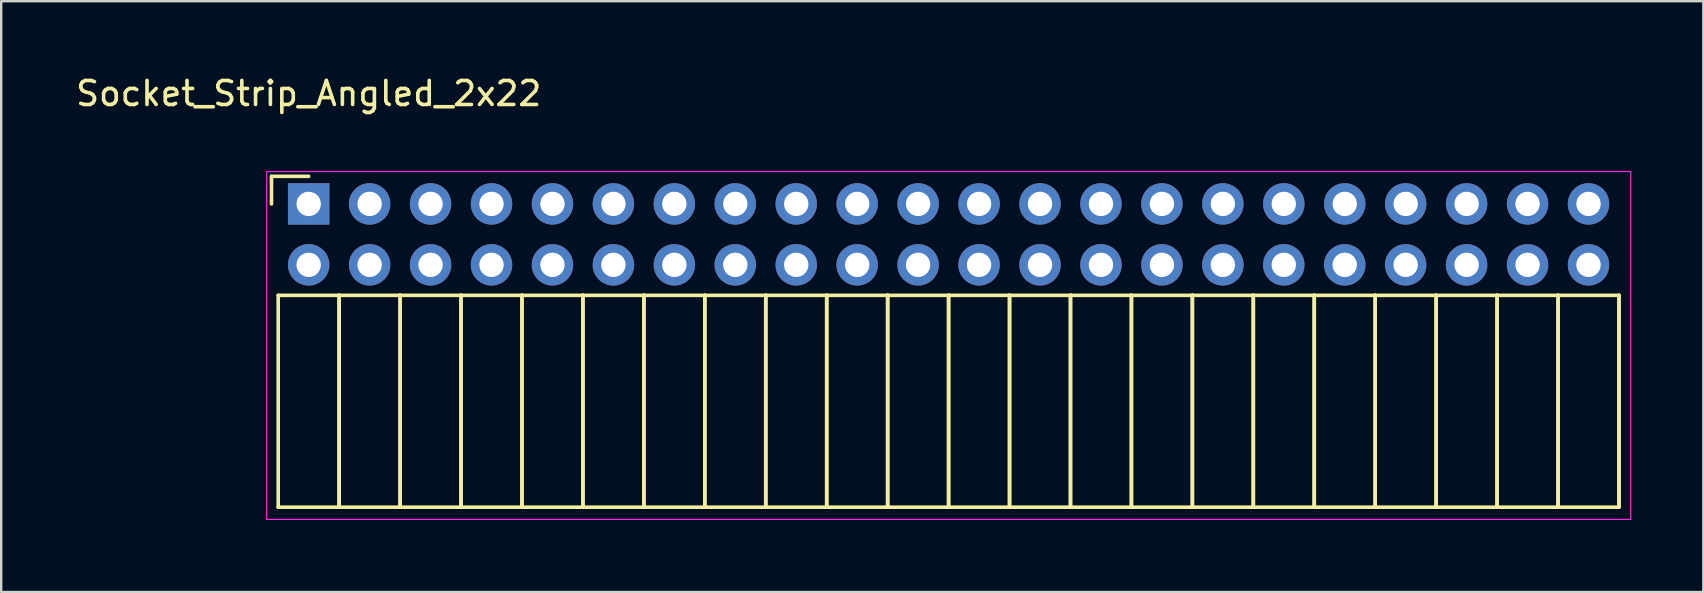
<source format=kicad_pcb>
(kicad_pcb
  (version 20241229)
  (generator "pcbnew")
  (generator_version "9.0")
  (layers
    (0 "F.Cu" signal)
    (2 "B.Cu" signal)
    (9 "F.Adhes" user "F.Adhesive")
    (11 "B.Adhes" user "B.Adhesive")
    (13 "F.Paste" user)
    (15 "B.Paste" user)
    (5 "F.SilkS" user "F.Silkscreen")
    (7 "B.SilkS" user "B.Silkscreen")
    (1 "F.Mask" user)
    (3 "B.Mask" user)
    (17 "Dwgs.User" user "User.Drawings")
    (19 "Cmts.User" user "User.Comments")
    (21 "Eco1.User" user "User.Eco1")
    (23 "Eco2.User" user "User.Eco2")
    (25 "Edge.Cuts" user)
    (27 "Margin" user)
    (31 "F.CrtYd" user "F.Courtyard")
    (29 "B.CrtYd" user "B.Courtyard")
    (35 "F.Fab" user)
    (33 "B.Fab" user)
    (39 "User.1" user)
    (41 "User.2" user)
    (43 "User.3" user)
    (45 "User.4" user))
  (footprint "Socket_Strip_Angled_2x22"
    (layer "F.Cu")
    (at 9.815 5.448)
    (property "Reference" "Socket_Strip_Angled_2x22" (at 0 -4.6 0) (layer "F.SilkS") (effects (font (size 1 1) (thickness 0.15))))
    (attr through_hole)
    (fp_line (start -1.55 -1.15) (end -1.55 0) (stroke (width 0.15) (type solid)) (layer "F.SilkS"))
    (fp_line (start -1.27 3.81) (end -1.27 12.64) (stroke (width 0.15) (type solid)) (layer "F.SilkS"))
    (fp_line (start -1.27 3.81) (end 1.27 3.81) (stroke (width 0.15) (type solid)) (layer "F.SilkS"))
    (fp_line (start -1.27 12.64) (end 1.27 12.64) (stroke (width 0.15) (type solid)) (layer "F.SilkS"))
    (fp_line (start 0 -1.15) (end -1.55 -1.15) (stroke (width 0.15) (type solid)) (layer "F.SilkS"))
    (fp_line (start 1.27 3.81) (end 1.27 12.64) (stroke (width 0.15) (type solid)) (layer "F.SilkS"))
    (fp_line (start 1.27 3.81) (end 3.81 3.81) (stroke (width 0.15) (type solid)) (layer "F.SilkS"))
    (fp_line (start 1.27 12.64) (end 1.27 3.81) (stroke (width 0.15) (type solid)) (layer "F.SilkS"))
    (fp_line (start 1.27 12.64) (end 3.81 12.64) (stroke (width 0.15) (type solid)) (layer "F.SilkS"))
    (fp_line (start 3.81 3.81) (end 3.81 12.64) (stroke (width 0.15) (type solid)) (layer "F.SilkS"))
    (fp_line (start 3.81 3.81) (end 6.35 3.81) (stroke (width 0.15) (type solid)) (layer "F.SilkS"))
    (fp_line (start 3.81 12.64) (end 3.81 3.81) (stroke (width 0.15) (type solid)) (layer "F.SilkS"))
    (fp_line (start 3.81 12.64) (end 6.35 12.64) (stroke (width 0.15) (type solid)) (layer "F.SilkS"))
    (fp_line (start 6.35 3.81) (end 6.35 12.64) (stroke (width 0.15) (type solid)) (layer "F.SilkS"))
    (fp_line (start 6.35 3.81) (end 8.89 3.81) (stroke (width 0.15) (type solid)) (layer "F.SilkS"))
    (fp_line (start 6.35 12.64) (end 6.35 3.81) (stroke (width 0.15) (type solid)) (layer "F.SilkS"))
    (fp_line (start 6.35 12.64) (end 8.89 12.64) (stroke (width 0.15) (type solid)) (layer "F.SilkS"))
    (fp_line (start 8.89 3.81) (end 8.89 12.64) (stroke (width 0.15) (type solid)) (layer "F.SilkS"))
    (fp_line (start 8.89 3.81) (end 11.43 3.81) (stroke (width 0.15) (type solid)) (layer "F.SilkS"))
    (fp_line (start 8.89 12.64) (end 8.89 3.81) (stroke (width 0.15) (type solid)) (layer "F.SilkS"))
    (fp_line (start 8.89 12.64) (end 11.43 12.64) (stroke (width 0.15) (type solid)) (layer "F.SilkS"))
    (fp_line (start 11.43 3.81) (end 11.43 12.64) (stroke (width 0.15) (type solid)) (layer "F.SilkS"))
    (fp_line (start 11.43 3.81) (end 13.97 3.81) (stroke (width 0.15) (type solid)) (layer "F.SilkS"))
    (fp_line (start 11.43 12.64) (end 11.43 3.81) (stroke (width 0.15) (type solid)) (layer "F.SilkS"))
    (fp_line (start 11.43 12.64) (end 13.97 12.64) (stroke (width 0.15) (type solid)) (layer "F.SilkS"))
    (fp_line (start 13.97 3.81) (end 13.97 12.64) (stroke (width 0.15) (type solid)) (layer "F.SilkS"))
    (fp_line (start 13.97 3.81) (end 16.51 3.81) (stroke (width 0.15) (type solid)) (layer "F.SilkS"))
    (fp_line (start 13.97 12.64) (end 13.97 3.81) (stroke (width 0.15) (type solid)) (layer "F.SilkS"))
    (fp_line (start 13.97 12.64) (end 16.51 12.64) (stroke (width 0.15) (type solid)) (layer "F.SilkS"))
    (fp_line (start 16.51 3.81) (end 16.51 12.64) (stroke (width 0.15) (type solid)) (layer "F.SilkS"))
    (fp_line (start 16.51 3.81) (end 19.05 3.81) (stroke (width 0.15) (type solid)) (layer "F.SilkS"))
    (fp_line (start 16.51 12.64) (end 16.51 3.81) (stroke (width 0.15) (type solid)) (layer "F.SilkS"))
    (fp_line (start 16.51 12.64) (end 19.05 12.64) (stroke (width 0.15) (type solid)) (layer "F.SilkS"))
    (fp_line (start 19.05 3.81) (end 19.05 12.64) (stroke (width 0.15) (type solid)) (layer "F.SilkS"))
    (fp_line (start 19.05 3.81) (end 21.59 3.81) (stroke (width 0.15) (type solid)) (layer "F.SilkS"))
    (fp_line (start 19.05 12.64) (end 19.05 3.81) (stroke (width 0.15) (type solid)) (layer "F.SilkS"))
    (fp_line (start 19.05 12.64) (end 21.59 12.64) (stroke (width 0.15) (type solid)) (layer "F.SilkS"))
    (fp_line (start 21.59 3.81) (end 21.59 12.64) (stroke (width 0.15) (type solid)) (layer "F.SilkS"))
    (fp_line (start 21.59 3.81) (end 24.13 3.81) (stroke (width 0.15) (type solid)) (layer "F.SilkS"))
    (fp_line (start 21.59 12.64) (end 21.59 3.81) (stroke (width 0.15) (type solid)) (layer "F.SilkS"))
    (fp_line (start 21.59 12.64) (end 24.13 12.64) (stroke (width 0.15) (type solid)) (layer "F.SilkS"))
    (fp_line (start 24.13 3.81) (end 24.13 12.64) (stroke (width 0.15) (type solid)) (layer "F.SilkS"))
    (fp_line (start 24.13 3.81) (end 26.67 3.81) (stroke (width 0.15) (type solid)) (layer "F.SilkS"))
    (fp_line (start 24.13 12.64) (end 24.13 3.81) (stroke (width 0.15) (type solid)) (layer "F.SilkS"))
    (fp_line (start 24.13 12.64) (end 26.67 12.64) (stroke (width 0.15) (type solid)) (layer "F.SilkS"))
    (fp_line (start 26.67 3.81) (end 26.67 12.64) (stroke (width 0.15) (type solid)) (layer "F.SilkS"))
    (fp_line (start 26.67 3.81) (end 29.21 3.81) (stroke (width 0.15) (type solid)) (layer "F.SilkS"))
    (fp_line (start 26.67 12.64) (end 26.67 3.81) (stroke (width 0.15) (type solid)) (layer "F.SilkS"))
    (fp_line (start 26.67 12.64) (end 29.21 12.64) (stroke (width 0.15) (type solid)) (layer "F.SilkS"))
    (fp_line (start 29.21 3.81) (end 29.21 12.64) (stroke (width 0.15) (type solid)) (layer "F.SilkS"))
    (fp_line (start 29.21 3.81) (end 31.75 3.81) (stroke (width 0.15) (type solid)) (layer "F.SilkS"))
    (fp_line (start 29.21 12.64) (end 29.21 3.81) (stroke (width 0.15) (type solid)) (layer "F.SilkS"))
    (fp_line (start 29.21 12.64) (end 31.75 12.64) (stroke (width 0.15) (type solid)) (layer "F.SilkS"))
    (fp_line (start 31.75 3.81) (end 31.75 12.64) (stroke (width 0.15) (type solid)) (layer "F.SilkS"))
    (fp_line (start 31.75 3.81) (end 34.29 3.81) (stroke (width 0.15) (type solid)) (layer "F.SilkS"))
    (fp_line (start 31.75 12.64) (end 31.75 3.81) (stroke (width 0.15) (type solid)) (layer "F.SilkS"))
    (fp_line (start 31.75 12.64) (end 34.29 12.64) (stroke (width 0.15) (type solid)) (layer "F.SilkS"))
    (fp_line (start 34.29 3.81) (end 34.29 12.64) (stroke (width 0.15) (type solid)) (layer "F.SilkS"))
    (fp_line (start 34.29 3.81) (end 36.83 3.81) (stroke (width 0.15) (type solid)) (layer "F.SilkS"))
    (fp_line (start 34.29 12.64) (end 34.29 3.81) (stroke (width 0.15) (type solid)) (layer "F.SilkS"))
    (fp_line (start 34.29 12.64) (end 36.83 12.64) (stroke (width 0.15) (type solid)) (layer "F.SilkS"))
    (fp_line (start 36.83 3.81) (end 36.83 12.64) (stroke (width 0.15) (type solid)) (layer "F.SilkS"))
    (fp_line (start 36.83 3.81) (end 39.37 3.81) (stroke (width 0.15) (type solid)) (layer "F.SilkS"))
    (fp_line (start 36.83 12.64) (end 36.83 3.81) (stroke (width 0.15) (type solid)) (layer "F.SilkS"))
    (fp_line (start 36.83 12.64) (end 39.37 12.64) (stroke (width 0.15) (type solid)) (layer "F.SilkS"))
    (fp_line (start 39.37 3.81) (end 39.37 12.64) (stroke (width 0.15) (type solid)) (layer "F.SilkS"))
    (fp_line (start 39.37 3.81) (end 41.91 3.81) (stroke (width 0.15) (type solid)) (layer "F.SilkS"))
    (fp_line (start 39.37 12.64) (end 39.37 3.81) (stroke (width 0.15) (type solid)) (layer "F.SilkS"))
    (fp_line (start 39.37 12.64) (end 41.91 12.64) (stroke (width 0.15) (type solid)) (layer "F.SilkS"))
    (fp_line (start 41.91 3.81) (end 41.91 12.64) (stroke (width 0.15) (type solid)) (layer "F.SilkS"))
    (fp_line (start 41.91 3.81) (end 44.45 3.81) (stroke (width 0.15) (type solid)) (layer "F.SilkS"))
    (fp_line (start 41.91 12.64) (end 41.91 3.81) (stroke (width 0.15) (type solid)) (layer "F.SilkS"))
    (fp_line (start 41.91 12.64) (end 44.45 12.64) (stroke (width 0.15) (type solid)) (layer "F.SilkS"))
    (fp_line (start 44.45 3.81) (end 44.45 12.64) (stroke (width 0.15) (type solid)) (layer "F.SilkS"))
    (fp_line (start 44.45 3.81) (end 46.99 3.81) (stroke (width 0.15) (type solid)) (layer "F.SilkS"))
    (fp_line (start 44.45 12.64) (end 44.45 3.81) (stroke (width 0.15) (type solid)) (layer "F.SilkS"))
    (fp_line (start 44.45 12.64) (end 46.99 12.64) (stroke (width 0.15) (type solid)) (layer "F.SilkS"))
    (fp_line (start 46.99 3.81) (end 46.99 12.64) (stroke (width 0.15) (type solid)) (layer "F.SilkS"))
    (fp_line (start 46.99 3.81) (end 49.53 3.81) (stroke (width 0.15) (type solid)) (layer "F.SilkS"))
    (fp_line (start 46.99 12.64) (end 46.99 3.81) (stroke (width 0.15) (type solid)) (layer "F.SilkS"))
    (fp_line (start 46.99 12.64) (end 49.53 12.64) (stroke (width 0.15) (type solid)) (layer "F.SilkS"))
    (fp_line (start 49.53 3.81) (end 49.53 12.64) (stroke (width 0.15) (type solid)) (layer "F.SilkS"))
    (fp_line (start 49.53 3.81) (end 52.07 3.81) (stroke (width 0.15) (type solid)) (layer "F.SilkS"))
    (fp_line (start 49.53 12.64) (end 49.53 3.81) (stroke (width 0.15) (type solid)) (layer "F.SilkS"))
    (fp_line (start 49.53 12.64) (end 52.07 12.64) (stroke (width 0.15) (type solid)) (layer "F.SilkS"))
    (fp_line (start 52.07 3.81) (end 52.07 12.64) (stroke (width 0.15) (type solid)) (layer "F.SilkS"))
    (fp_line (start 52.07 3.81) (end 54.61 3.81) (stroke (width 0.15) (type solid)) (layer "F.SilkS"))
    (fp_line (start 52.07 12.64) (end 52.07 3.81) (stroke (width 0.15) (type solid)) (layer "F.SilkS"))
    (fp_line (start 52.07 12.64) (end 54.61 12.64) (stroke (width 0.15) (type solid)) (layer "F.SilkS"))
    (fp_line (start 54.61 3.81) (end 54.61 12.64) (stroke (width 0.15) (type solid)) (layer "F.SilkS"))
    (fp_line (start 54.61 12.64) (end 54.61 3.81) (stroke (width 0.15) (type solid)) (layer "F.SilkS"))
    (fp_line (start -1.75 -1.35) (end -1.75 13.15) (stroke (width 0.05) (type solid)) (layer "F.CrtYd"))
    (fp_line (start -1.75 -1.35) (end 55.1 -1.35) (stroke (width 0.05) (type solid)) (layer "F.CrtYd"))
    (fp_line (start -1.75 13.15) (end 55.1 13.15) (stroke (width 0.05) (type solid)) (layer "F.CrtYd"))
    (fp_line (start 55.1 -1.35) (end 55.1 13.15) (stroke (width 0.05) (type solid)) (layer "F.CrtYd"))
    (pad "1" thru_hole rect (at 0 0) (size 1.727 1.727) (drill 1.016) (layers "*.Cu" "*.Mask"))
    (pad "2" thru_hole oval (at 0 2.54) (size 1.727 1.727) (drill 1.016) (layers "*.Cu" "*.Mask"))
    (pad "3" thru_hole oval (at 2.54 0) (size 1.727 1.727) (drill 1.016) (layers "*.Cu" "*.Mask"))
    (pad "4" thru_hole oval (at 2.54 2.54) (size 1.727 1.727) (drill 1.016) (layers "*.Cu" "*.Mask"))
    (pad "5" thru_hole oval (at 5.08 0) (size 1.727 1.727) (drill 1.016) (layers "*.Cu" "*.Mask"))
    (pad "6" thru_hole oval (at 5.08 2.54) (size 1.727 1.727) (drill 1.016) (layers "*.Cu" "*.Mask"))
    (pad "7" thru_hole oval (at 7.62 0) (size 1.727 1.727) (drill 1.016) (layers "*.Cu" "*.Mask"))
    (pad "8" thru_hole oval (at 7.62 2.54) (size 1.727 1.727) (drill 1.016) (layers "*.Cu" "*.Mask"))
    (pad "9" thru_hole oval (at 10.16 0) (size 1.727 1.727) (drill 1.016) (layers "*.Cu" "*.Mask"))
    (pad "10" thru_hole oval (at 10.16 2.54) (size 1.727 1.727) (drill 1.016) (layers "*.Cu" "*.Mask"))
    (pad "11" thru_hole oval (at 12.7 0) (size 1.727 1.727) (drill 1.016) (layers "*.Cu" "*.Mask"))
    (pad "12" thru_hole oval (at 12.7 2.54) (size 1.727 1.727) (drill 1.016) (layers "*.Cu" "*.Mask"))
    (pad "13" thru_hole oval (at 15.24 0) (size 1.727 1.727) (drill 1.016) (layers "*.Cu" "*.Mask"))
    (pad "14" thru_hole oval (at 15.24 2.54) (size 1.727 1.727) (drill 1.016) (layers "*.Cu" "*.Mask"))
    (pad "15" thru_hole oval (at 17.78 0) (size 1.727 1.727) (drill 1.016) (layers "*.Cu" "*.Mask"))
    (pad "16" thru_hole oval (at 17.78 2.54) (size 1.727 1.727) (drill 1.016) (layers "*.Cu" "*.Mask"))
    (pad "17" thru_hole oval (at 20.32 0) (size 1.727 1.727) (drill 1.016) (layers "*.Cu" "*.Mask"))
    (pad "18" thru_hole oval (at 20.32 2.54) (size 1.727 1.727) (drill 1.016) (layers "*.Cu" "*.Mask"))
    (pad "19" thru_hole oval (at 22.86 0) (size 1.727 1.727) (drill 1.016) (layers "*.Cu" "*.Mask"))
    (pad "20" thru_hole oval (at 22.86 2.54) (size 1.727 1.727) (drill 1.016) (layers "*.Cu" "*.Mask"))
    (pad "21" thru_hole oval (at 25.4 0) (size 1.727 1.727) (drill 1.016) (layers "*.Cu" "*.Mask"))
    (pad "22" thru_hole oval (at 25.4 2.54) (size 1.727 1.727) (drill 1.016) (layers "*.Cu" "*.Mask"))
    (pad "23" thru_hole oval (at 27.94 0) (size 1.727 1.727) (drill 1.016) (layers "*.Cu" "*.Mask"))
    (pad "24" thru_hole oval (at 27.94 2.54) (size 1.727 1.727) (drill 1.016) (layers "*.Cu" "*.Mask"))
    (pad "25" thru_hole oval (at 30.48 0) (size 1.727 1.727) (drill 1.016) (layers "*.Cu" "*.Mask"))
    (pad "26" thru_hole oval (at 30.48 2.54) (size 1.727 1.727) (drill 1.016) (layers "*.Cu" "*.Mask"))
    (pad "27" thru_hole oval (at 33.02 0) (size 1.727 1.727) (drill 1.016) (layers "*.Cu" "*.Mask"))
    (pad "28" thru_hole oval (at 33.02 2.54) (size 1.727 1.727) (drill 1.016) (layers "*.Cu" "*.Mask"))
    (pad "29" thru_hole oval (at 35.56 0) (size 1.727 1.727) (drill 1.016) (layers "*.Cu" "*.Mask"))
    (pad "30" thru_hole oval (at 35.56 2.54) (size 1.727 1.727) (drill 1.016) (layers "*.Cu" "*.Mask"))
    (pad "31" thru_hole oval (at 38.1 0) (size 1.727 1.727) (drill 1.016) (layers "*.Cu" "*.Mask"))
    (pad "32" thru_hole oval (at 38.1 2.54) (size 1.727 1.727) (drill 1.016) (layers "*.Cu" "*.Mask"))
    (pad "33" thru_hole oval (at 40.64 0) (size 1.727 1.727) (drill 1.016) (layers "*.Cu" "*.Mask"))
    (pad "34" thru_hole oval (at 40.64 2.54) (size 1.727 1.727) (drill 1.016) (layers "*.Cu" "*.Mask"))
    (pad "35" thru_hole oval (at 43.18 0) (size 1.727 1.727) (drill 1.016) (layers "*.Cu" "*.Mask"))
    (pad "36" thru_hole oval (at 43.18 2.54) (size 1.727 1.727) (drill 1.016) (layers "*.Cu" "*.Mask"))
    (pad "37" thru_hole oval (at 45.72 0) (size 1.727 1.727) (drill 1.016) (layers "*.Cu" "*.Mask"))
    (pad "38" thru_hole oval (at 45.72 2.54) (size 1.727 1.727) (drill 1.016) (layers "*.Cu" "*.Mask"))
    (pad "39" thru_hole oval (at 48.26 0) (size 1.727 1.727) (drill 1.016) (layers "*.Cu" "*.Mask"))
    (pad "40" thru_hole oval (at 48.26 2.54) (size 1.727 1.727) (drill 1.016) (layers "*.Cu" "*.Mask"))
    (pad "41" thru_hole oval (at 50.8 0) (size 1.727 1.727) (drill 1.016) (layers "*.Cu" "*.Mask"))
    (pad "42" thru_hole oval (at 50.8 2.54) (size 1.727 1.727) (drill 1.016) (layers "*.Cu" "*.Mask"))
    (pad "43" thru_hole oval (at 53.34 0) (size 1.727 1.727) (drill 1.016) (layers "*.Cu" "*.Mask"))
    (pad "44" thru_hole oval (at 53.34 2.54) (size 1.727 1.727) (drill 1.016) (layers "*.Cu" "*.Mask")))
  (gr_rect
    (start -3 -3)
    (end 67.94 21.623)
    (stroke (width 0.1) (type default))
    (fill no)
    (layer "Edge.Cuts")))
</source>
